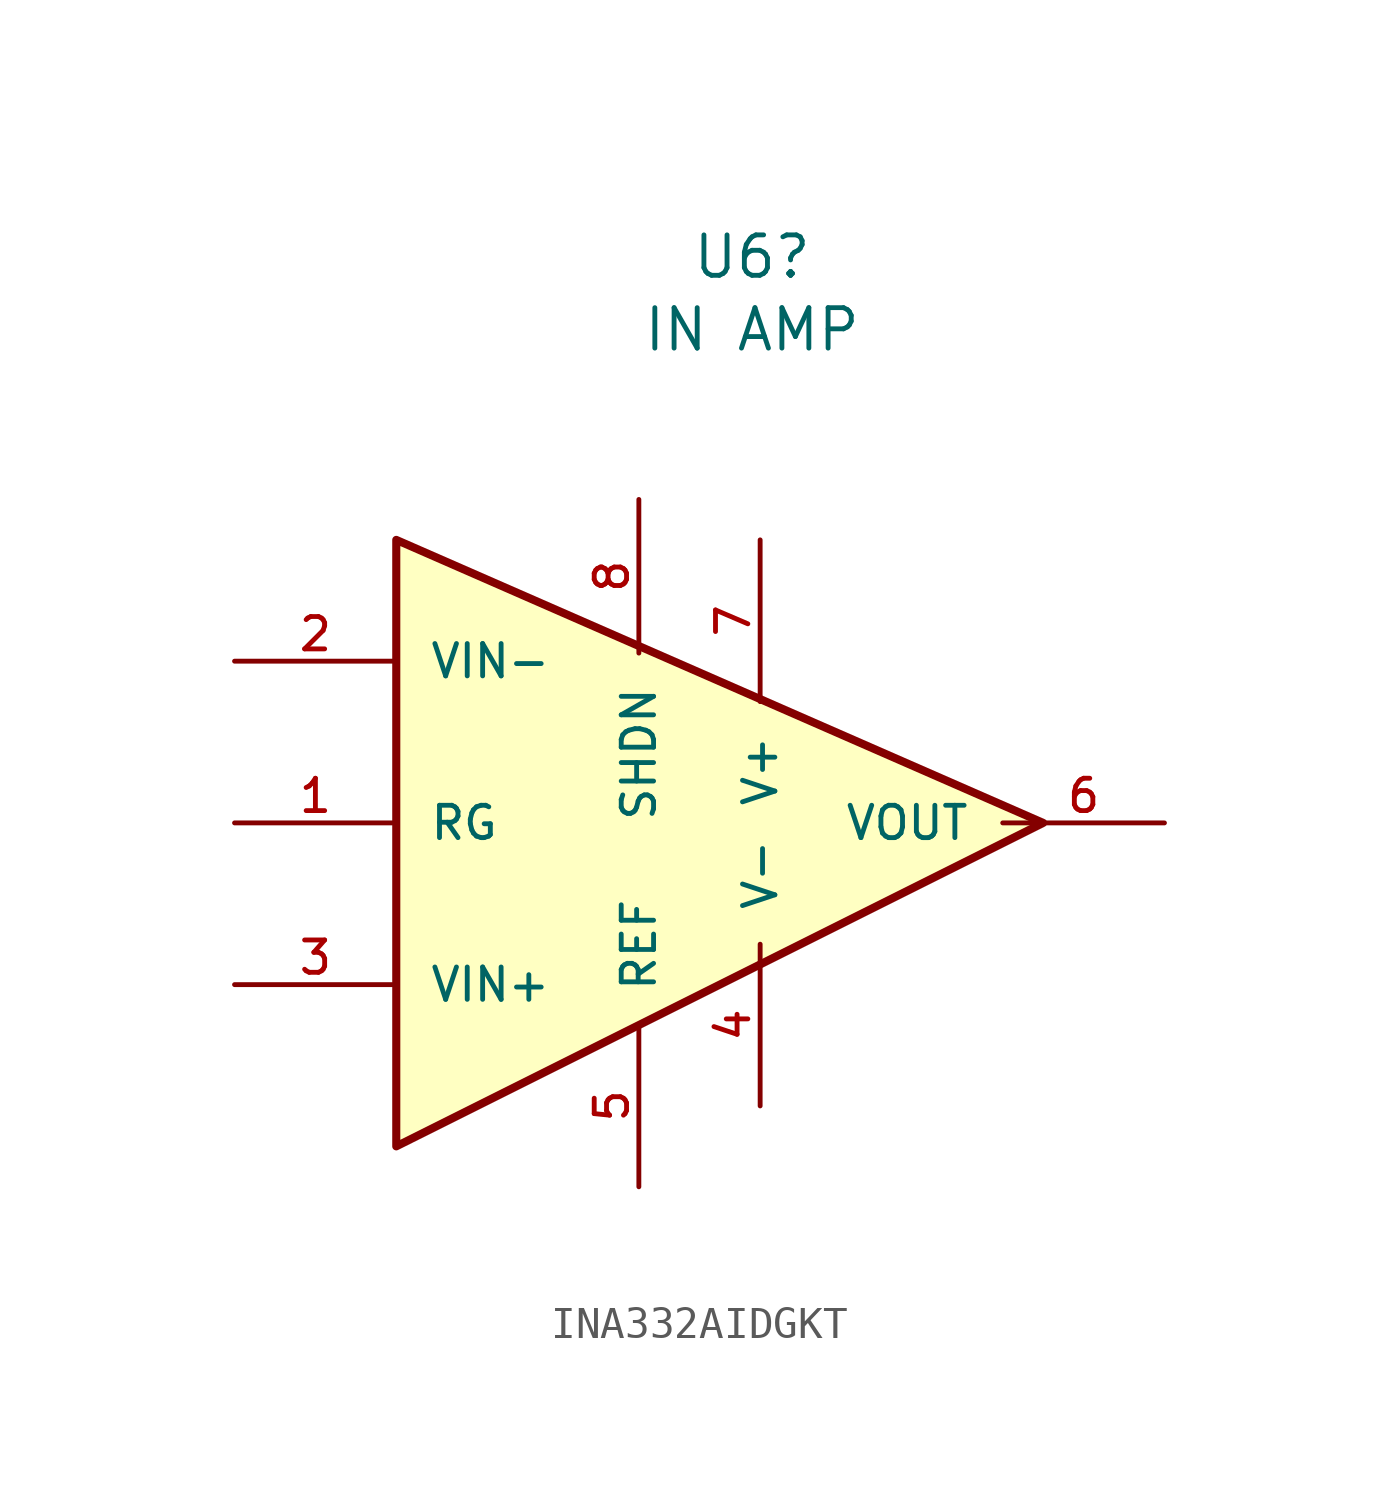
<source format=kicad_sym>
(kicad_symbol_lib
  (version 20231120)
  (generator "kicad_symbol_editor")
  (generator_version "8.0")
  (symbol "INA332AIDGKT"
    (pin_names
      (offset 1.016))
    (property "Reference" "U6"
      (at 4.826 16.51 0)
      (effects (font (size 1.27 1.27))))
    (property "Value" "IN AMP"
      (at 4.826 14.224 0)
      (effects (font (size 1.27 1.27))))
    (symbol "INA332AIDGKT_0_0"
      (pin input line (at -11.43 -1.27 0) (length 5.08) (name "RG" (effects (font (size 1.016 1.016)))) (number "1" (effects (font (size 1.016 1.016)))))
      (pin power_in line (at 5.08 -10.16 90) (length 5.08) (name "V-" (effects (font (size 1.016 1.016)))) (number "4" (effects (font (size 1.016 1.016)))))
      (pin input line (at 1.27 -12.7 90) (length 5.08) (name "REF" (effects (font (size 1.016 1.016)))) (number "5" (effects (font (size 1.016 1.016)))))
      (pin output line (at 17.78 -1.27 180) (length 5.08) (name "VOUT" (effects (font (size 1.016 1.016)))) (number "6" (effects (font (size 1.016 1.016)))))
      (pin power_in line (at 5.08 7.62 270) (length 5.08) (name "V+" (effects (font (size 1.016 1.016)))) (number "7" (effects (font (size 1.016 1.016))))))
    (symbol "INA332AIDGKT_0_1"
      (polyline (pts (xy 13.97 -1.27) (xy -6.35 7.62) (xy -6.35 -11.43) (xy 13.97 -1.27)) (stroke (width 0.254) (type default)) (fill (type background))))
    (symbol "INA332AIDGKT_1_0"
      (pin input line (at -11.43 3.81 0) (length 5.08) (name "VIN-" (effects (font (size 1.016 1.016)))) (number "2" (effects (font (size 1.016 1.016)))))
      (pin input line (at -11.43 -6.35 0) (length 5.08) (name "VIN+" (effects (font (size 1.016 1.016)))) (number "3" (effects (font (size 1.016 1.016)))))
      (pin input line (at 1.27 8.89 270) (length 4.826) (name "SHDN" (effects (font (size 1.016 1.016)))) (number "8" (effects (font (size 1.016 1.016))))))))
</source>
